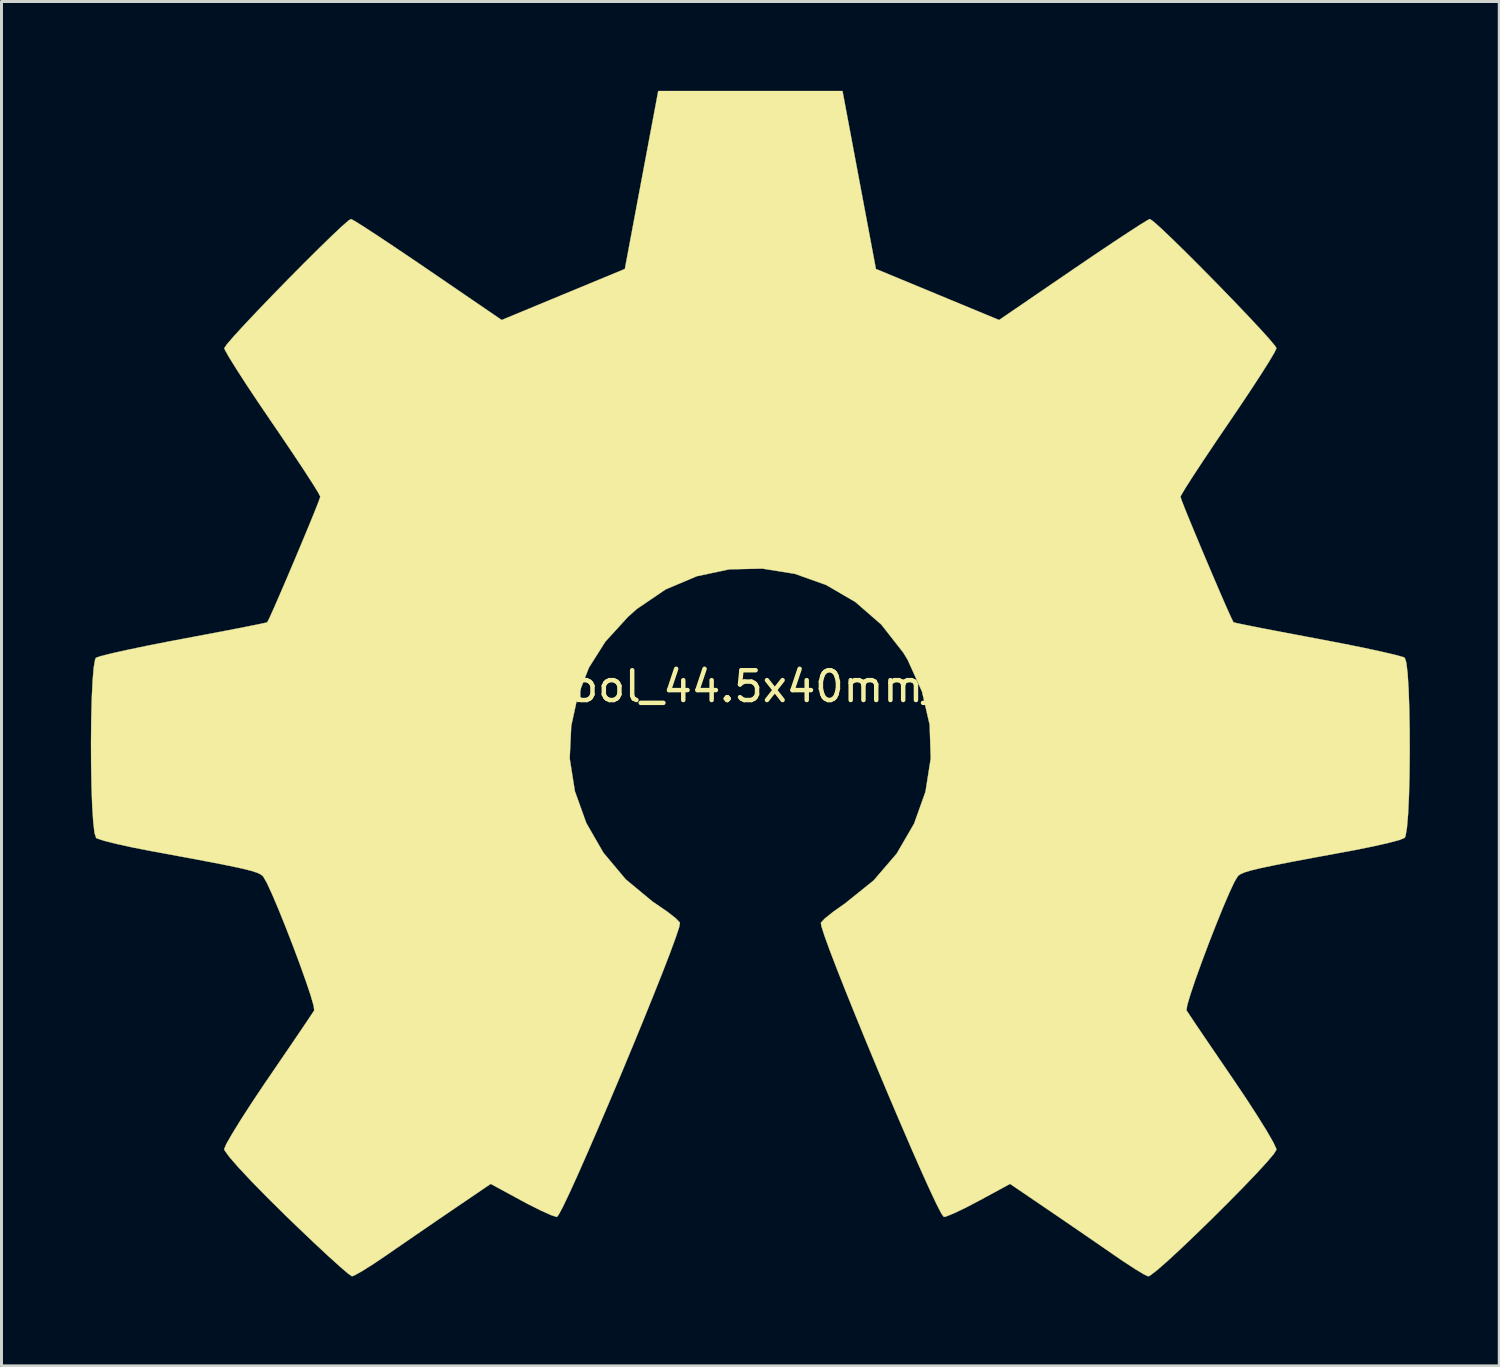
<source format=kicad_pcb>
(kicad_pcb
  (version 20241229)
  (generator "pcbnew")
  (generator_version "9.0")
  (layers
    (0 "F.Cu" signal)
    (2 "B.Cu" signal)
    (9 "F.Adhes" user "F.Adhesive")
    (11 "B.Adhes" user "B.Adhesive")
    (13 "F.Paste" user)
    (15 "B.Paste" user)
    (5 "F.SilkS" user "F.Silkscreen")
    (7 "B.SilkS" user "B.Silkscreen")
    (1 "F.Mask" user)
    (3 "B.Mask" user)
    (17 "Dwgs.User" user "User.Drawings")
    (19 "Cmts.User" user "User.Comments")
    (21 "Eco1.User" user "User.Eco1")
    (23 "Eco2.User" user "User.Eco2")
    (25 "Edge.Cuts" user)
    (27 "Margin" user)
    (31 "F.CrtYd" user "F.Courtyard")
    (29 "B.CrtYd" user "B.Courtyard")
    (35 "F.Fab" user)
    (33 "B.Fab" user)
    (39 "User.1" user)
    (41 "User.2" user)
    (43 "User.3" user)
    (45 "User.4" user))
  (footprint "OSHW-Symbol_44.5x40mm_SilkScreen"
    (layer "F.Cu")
    (at 22.072 19.989)
    (property "Reference" "OSHW-Symbol_44.5x40mm_SilkScreen" (at 0 0 0) (layer "F.SilkS") (effects (font (size 1 1) (thickness 0.15))))
    (attr board_only exclude_from_pos_files exclude_from_bom allow_missing_courtyard)
    (fp_poly (pts (xy 3.714 -16.998) (xy 4.275 -14.012) (xy 6.342 -13.156) (xy 8.409 -12.299) (xy 10.888 -13.994) (xy 11.583 -14.466) (xy 12.21 -14.887) (xy 12.742 -15.238) (xy 13.148 -15.501) (xy 13.4 -15.655) (xy 13.469 -15.688) (xy 13.592 -15.603) (xy 13.857 -15.366) (xy 14.231 -15.009) (xy 14.688 -14.562) (xy 15.196 -14.054) (xy 15.726 -13.516) (xy 16.248 -12.978) (xy 16.733 -12.47) (xy 17.152 -12.023) (xy 17.475 -11.666) (xy 17.671 -11.431) (xy 17.718 -11.352) (xy 17.65 -11.207) (xy 17.461 -10.888) (xy 17.169 -10.428) (xy 16.796 -9.857) (xy 16.36 -9.207) (xy 16.107 -8.835) (xy 15.647 -8.158) (xy 15.238 -7.546) (xy 14.9 -7.032) (xy 14.653 -6.644) (xy 14.517 -6.413) (xy 14.497 -6.365) (xy 14.543 -6.227) (xy 14.669 -5.906) (xy 14.857 -5.448) (xy 15.086 -4.896) (xy 15.338 -4.296) (xy 15.594 -3.694) (xy 15.834 -3.134) (xy 16.04 -2.661) (xy 16.193 -2.322) (xy 16.273 -2.159) (xy 16.278 -2.153) (xy 16.403 -2.122) (xy 16.738 -2.053) (xy 17.247 -1.952) (xy 17.896 -1.827) (xy 18.65 -1.685) (xy 19.089 -1.602) (xy 19.895 -1.448) (xy 20.622 -1.302) (xy 21.235 -1.17) (xy 21.696 -1.063) (xy 21.969 -0.987) (xy 22.024 -0.963) (xy 22.077 -0.799) (xy 22.121 -0.43) (xy 22.154 0.101) (xy 22.176 0.752) (xy 22.189 1.479) (xy 22.191 2.239) (xy 22.183 2.989) (xy 22.165 3.686) (xy 22.136 4.286) (xy 22.097 4.747) (xy 22.049 5.025) (xy 22.02 5.082) (xy 21.845 5.152) (xy 21.475 5.251) (xy 20.958 5.368) (xy 20.344 5.492) (xy 20.13 5.532) (xy 19.097 5.722) (xy 18.28 5.875) (xy 17.654 5.998) (xy 17.191 6.095) (xy 16.864 6.174) (xy 16.646 6.24) (xy 16.511 6.299) (xy 16.431 6.358) (xy 16.42 6.37) (xy 16.308 6.557) (xy 16.137 6.922) (xy 15.924 7.419) (xy 15.687 8.005) (xy 15.441 8.634) (xy 15.206 9.261) (xy 14.996 9.843) (xy 14.831 10.334) (xy 14.726 10.689) (xy 14.698 10.865) (xy 14.7 10.871) (xy 14.794 11.014) (xy 15.005 11.33) (xy 15.313 11.785) (xy 15.695 12.346) (xy 16.128 12.981) (xy 16.252 13.162) (xy 16.692 13.816) (xy 17.079 14.413) (xy 17.393 14.918) (xy 17.611 15.298) (xy 17.713 15.517) (xy 17.718 15.544) (xy 17.632 15.686) (xy 17.395 15.966) (xy 17.037 16.356) (xy 16.588 16.824) (xy 16.08 17.34) (xy 15.542 17.875) (xy 15.005 18.398) (xy 14.5 18.879) (xy 14.057 19.288) (xy 13.706 19.595) (xy 13.479 19.769) (xy 13.416 19.797) (xy 13.27 19.73) (xy 12.97 19.549) (xy 12.566 19.286) (xy 12.255 19.073) (xy 11.692 18.684) (xy 11.024 18.225) (xy 10.355 17.767) (xy 9.995 17.522) (xy 8.777 16.694) (xy 7.755 17.249) (xy 7.289 17.493) (xy 6.893 17.682) (xy 6.625 17.79) (xy 6.557 17.805) (xy 6.475 17.694) (xy 6.313 17.381) (xy 6.083 16.894) (xy 5.798 16.263) (xy 5.469 15.516) (xy 5.109 14.682) (xy 4.729 13.79) (xy 4.342 12.869) (xy 3.96 11.949) (xy 3.595 11.056) (xy 3.258 10.222) (xy 2.963 9.474) (xy 2.721 8.841) (xy 2.544 8.353) (xy 2.444 8.038) (xy 2.428 7.93) (xy 2.555 7.792) (xy 2.834 7.568) (xy 3.206 7.305) (xy 3.237 7.284) (xy 4.199 6.51) (xy 4.974 5.608) (xy 5.556 4.606) (xy 5.939 3.532) (xy 6.115 2.416) (xy 6.079 1.286) (xy 5.822 0.172) (xy 5.339 -0.898) (xy 5.197 -1.132) (xy 4.457 -2.077) (xy 3.584 -2.836) (xy 2.607 -3.405) (xy 1.556 -3.78) (xy 0.462 -3.956) (xy -0.646 -3.931) (xy -1.736 -3.7) (xy -2.78 -3.259) (xy -3.745 -2.604) (xy -4.044 -2.338) (xy -4.804 -1.506) (xy -5.358 -0.63) (xy -5.738 0.351) (xy -5.95 1.324) (xy -6.002 2.417) (xy -5.828 3.515) (xy -5.445 4.582) (xy -4.871 5.58) (xy -4.123 6.472) (xy -3.22 7.221) (xy -3.102 7.3) (xy -2.726 7.559) (xy -2.44 7.783) (xy -2.303 7.926) (xy -2.301 7.93) (xy -2.33 8.085) (xy -2.447 8.436) (xy -2.638 8.955) (xy -2.892 9.612) (xy -3.197 10.379) (xy -3.54 11.227) (xy -3.91 12.127) (xy -4.294 13.05) (xy -4.681 13.967) (xy -5.058 14.85) (xy -5.413 15.669) (xy -5.734 16.396) (xy -6.009 17.001) (xy -6.226 17.456) (xy -6.374 17.732) (xy -6.433 17.805) (xy -6.614 17.748) (xy -6.952 17.597) (xy -7.39 17.378) (xy -7.631 17.249) (xy -8.653 16.694) (xy -9.871 17.522) (xy -10.493 17.946) (xy -11.174 18.413) (xy -11.812 18.852) (xy -12.131 19.073) (xy -12.581 19.377) (xy -12.961 19.617) (xy -13.223 19.764) (xy -13.308 19.795) (xy -13.432 19.711) (xy -13.706 19.477) (xy -14.104 19.117) (xy -14.599 18.656) (xy -15.165 18.117) (xy -15.522 17.772) (xy -16.148 17.154) (xy -16.689 16.601) (xy -17.123 16.137) (xy -17.428 15.786) (xy -17.583 15.571) (xy -17.598 15.527) (xy -17.529 15.361) (xy -17.338 15.026) (xy -17.048 14.554) (xy -16.678 13.981) (xy -16.25 13.34) (xy -16.128 13.162) (xy -15.684 12.512) (xy -15.286 11.928) (xy -14.956 11.441) (xy -14.716 11.084) (xy -14.589 10.891) (xy -14.576 10.871) (xy -14.595 10.717) (xy -14.693 10.378) (xy -14.853 9.899) (xy -15.058 9.325) (xy -15.292 8.7) (xy -15.537 8.069) (xy -15.776 7.477) (xy -15.992 6.968) (xy -16.168 6.588) (xy -16.287 6.38) (xy -16.296 6.37) (xy -16.368 6.31) (xy -16.491 6.251) (xy -16.691 6.187) (xy -16.995 6.111) (xy -17.43 6.018) (xy -18.024 5.901) (xy -18.802 5.754) (xy -19.792 5.571) (xy -20.006 5.532) (xy -20.641 5.409) (xy -21.195 5.288) (xy -21.619 5.182) (xy -21.863 5.101) (xy -21.896 5.082) (xy -21.95 4.916) (xy -21.993 4.545) (xy -22.027 4.012) (xy -22.051 3.36) (xy -22.064 2.632) (xy -22.067 1.872) (xy -22.06 1.122) (xy -22.043 0.427) (xy -22.015 -0.172) (xy -21.977 -0.631) (xy -21.929 -0.906) (xy -21.9 -0.963) (xy -21.738 -1.019) (xy -21.368 -1.112) (xy -20.828 -1.232) (xy -20.155 -1.372) (xy -19.385 -1.523) (xy -18.965 -1.602) (xy -18.169 -1.752) (xy -17.46 -1.887) (xy -16.871 -2.002) (xy -16.437 -2.089) (xy -16.194 -2.141) (xy -16.154 -2.153) (xy -16.086 -2.284) (xy -15.943 -2.6) (xy -15.744 -3.056) (xy -15.507 -3.606) (xy -15.253 -4.205) (xy -14.999 -4.809) (xy -14.765 -5.372) (xy -14.57 -5.848) (xy -14.433 -6.194) (xy -14.374 -6.363) (xy -14.373 -6.371) (xy -14.44 -6.504) (xy -14.63 -6.811) (xy -14.921 -7.262) (xy -15.295 -7.825) (xy -15.73 -8.47) (xy -15.983 -8.84) (xy -16.445 -9.52) (xy -16.855 -10.136) (xy -17.193 -10.66) (xy -17.44 -11.058) (xy -17.575 -11.299) (xy -17.594 -11.354) (xy -17.51 -11.48) (xy -17.278 -11.749) (xy -16.928 -12.132) (xy -16.489 -12.597) (xy -15.991 -13.116) (xy -15.464 -13.656) (xy -14.936 -14.189) (xy -14.438 -14.684) (xy -14 -15.111) (xy -13.651 -15.44) (xy -13.42 -15.64) (xy -13.342 -15.688) (xy -13.217 -15.621) (xy -12.916 -15.432) (xy -12.469 -15.141) (xy -11.906 -14.766) (xy -11.255 -14.328) (xy -10.764 -13.994) (xy -8.285 -12.299) (xy -6.218 -13.156) (xy -4.151 -14.012) (xy -3.591 -16.998) (xy -3.03 -19.984) (xy 3.154 -19.984) (xy 3.714 -16.998)) (stroke (width 0.01) (type solid)) (fill yes) (layer "F.SilkS")))
  (gr_rect
    (start -3 -3)
    (end 47.268 42.791)
    (stroke (width 0.1) (type default))
    (fill no)
    (layer "Edge.Cuts")))
</source>
